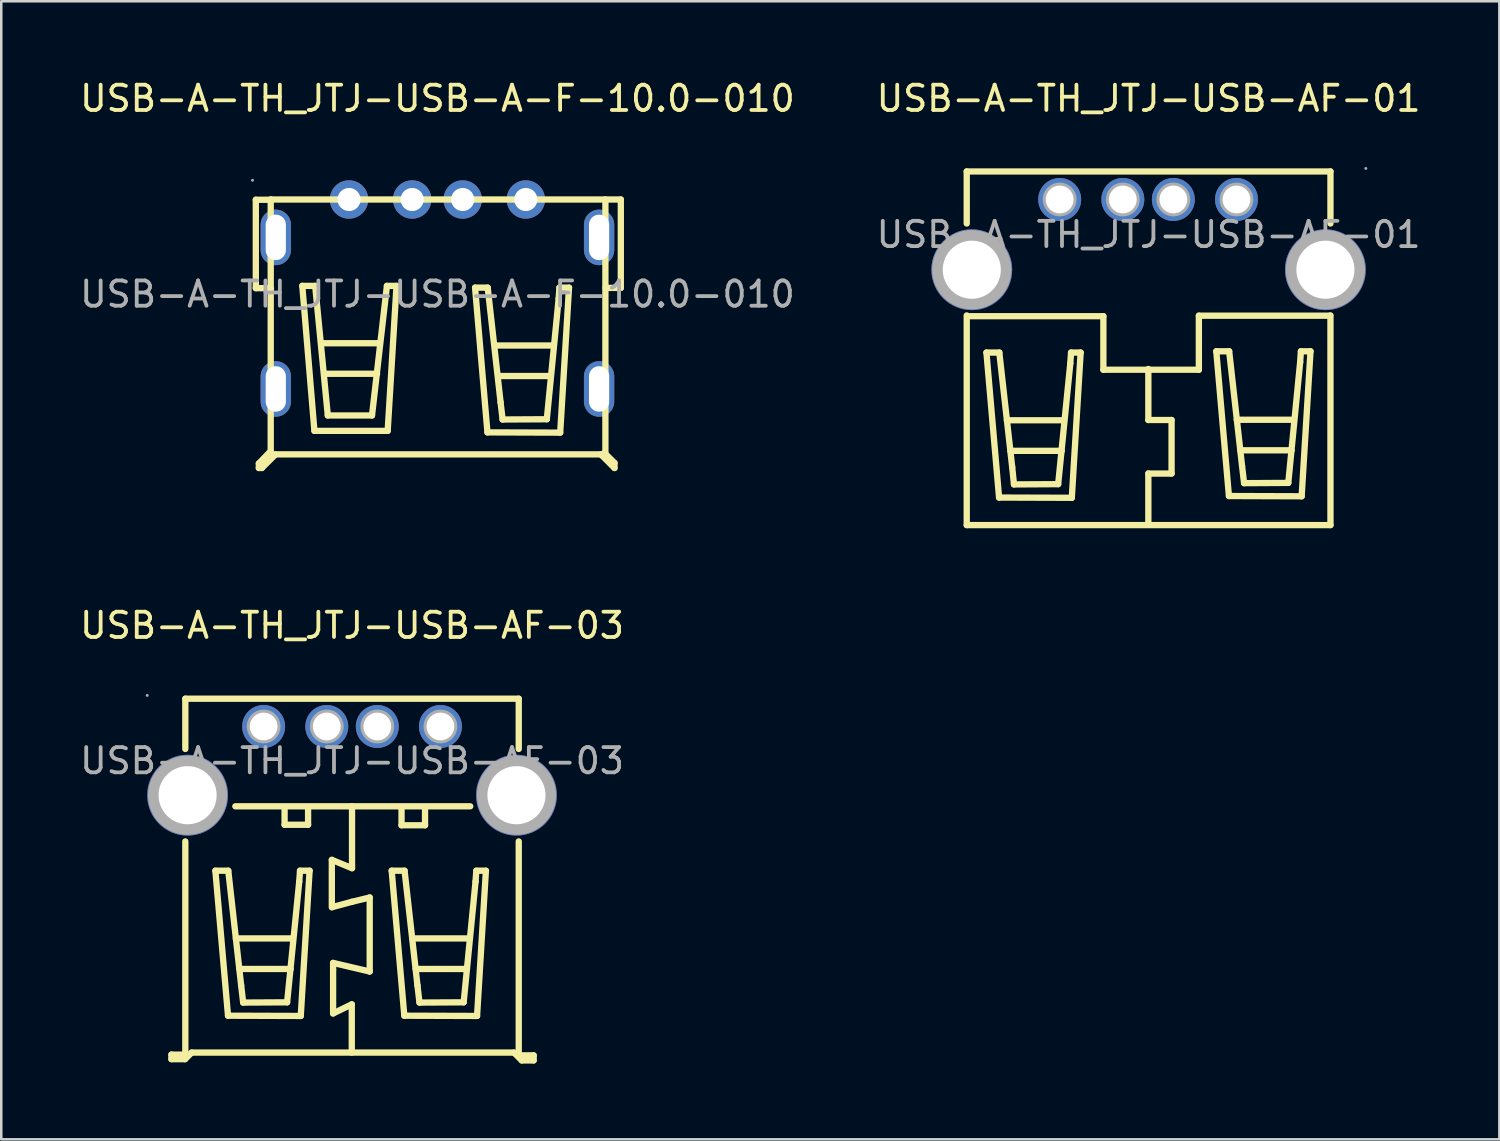
<source format=kicad_pcb>
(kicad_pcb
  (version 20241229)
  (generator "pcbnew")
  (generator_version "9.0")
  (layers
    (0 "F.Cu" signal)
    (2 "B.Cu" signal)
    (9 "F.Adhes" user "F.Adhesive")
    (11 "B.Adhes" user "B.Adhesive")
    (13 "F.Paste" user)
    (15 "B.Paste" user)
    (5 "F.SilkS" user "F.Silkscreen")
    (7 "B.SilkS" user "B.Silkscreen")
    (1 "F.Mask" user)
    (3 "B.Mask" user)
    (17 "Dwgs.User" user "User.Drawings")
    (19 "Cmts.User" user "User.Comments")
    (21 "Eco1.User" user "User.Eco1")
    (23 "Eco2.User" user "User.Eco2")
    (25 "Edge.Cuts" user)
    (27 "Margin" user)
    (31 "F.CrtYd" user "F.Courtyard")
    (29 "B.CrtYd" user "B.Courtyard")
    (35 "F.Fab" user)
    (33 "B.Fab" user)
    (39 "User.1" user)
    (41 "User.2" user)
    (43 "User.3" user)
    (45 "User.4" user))
  (footprint "USB-A-TH_JTJ-USB-AF-03"
    (layer "F.Cu")
    (at 10.887 27.072)
    (property "Reference" "USB-A-TH_JTJ-USB-AF-03" (at 0 -5.36 0) (layer "F.SilkS") (effects (font (size 1 1) (thickness 0.15))))
    (attr through_hole)
    (fp_line (start -7.15 11.63) (end -7.15 11.81) (stroke (width 0.25) (type solid)) (layer "F.SilkS"))
    (fp_line (start -7.15 11.81) (end -6.61 11.81) (stroke (width 0.25) (type solid)) (layer "F.SilkS"))
    (fp_line (start -6.63 11.63) (end -7.15 11.63) (stroke (width 0.25) (type solid)) (layer "F.SilkS"))
    (fp_line (start -6.61 11.81) (end -6.35 11.55) (stroke (width 0.25) (type solid)) (layer "F.SilkS"))
    (fp_line (start -6.6 -2.46) (end -6.6 -0.47) (stroke (width 0.25) (type solid)) (layer "F.SilkS"))
    (fp_line (start -6.6 -2.46) (end 6.6 -2.46) (stroke (width 0.25) (type solid)) (layer "F.SilkS"))
    (fp_line (start -6.6 3.19) (end -6.6 11.63) (stroke (width 0.25) (type solid)) (layer "F.SilkS"))
    (fp_line (start -6.35 11.55) (end 6.41 11.55) (stroke (width 0.25) (type solid)) (layer "F.SilkS"))
    (fp_line (start -5.41 4.35) (end -4.9 4.35) (stroke (width 0.25) (type solid)) (layer "F.SilkS"))
    (fp_line (start -4.91 10.09) (end -5.41 4.35) (stroke (width 0.25) (type solid)) (layer "F.SilkS"))
    (fp_line (start -4.9 4.35) (end -4.39 8.89) (stroke (width 0.25) (type solid)) (layer "F.SilkS"))
    (fp_line (start -4.62 1.8) (end 4.68 1.8) (stroke (width 0.25) (type solid)) (layer "F.SilkS"))
    (fp_line (start -4.6 7.03) (end -2.34 7.03) (stroke (width 0.25) (type solid)) (layer "F.SilkS"))
    (fp_line (start -4.46 8.24) (end -2.43 8.24) (stroke (width 0.25) (type solid)) (layer "F.SilkS"))
    (fp_line (start -4.39 8.89) (end -4.31 9.57) (stroke (width 0.25) (type solid)) (layer "F.SilkS"))
    (fp_line (start -4.31 9.57) (end -2.57 9.56) (stroke (width 0.25) (type solid)) (layer "F.SilkS"))
    (fp_line (start -2.67 1.85) (end -2.67 2.53) (stroke (width 0.25) (type solid)) (layer "F.SilkS"))
    (fp_line (start -2.67 2.53) (end -1.74 2.53) (stroke (width 0.25) (type solid)) (layer "F.SilkS"))
    (fp_line (start -2.57 9.56) (end -2.09 4.78) (stroke (width 0.25) (type solid)) (layer "F.SilkS"))
    (fp_line (start -2.09 4.78) (end -2.06 4.35) (stroke (width 0.25) (type solid)) (layer "F.SilkS"))
    (fp_line (start -2.06 4.35) (end -1.68 4.35) (stroke (width 0.25) (type solid)) (layer "F.SilkS"))
    (fp_line (start -2.03 10.1) (end -4.91 10.09) (stroke (width 0.25) (type solid)) (layer "F.SilkS"))
    (fp_line (start -1.74 2.53) (end -1.74 1.86) (stroke (width 0.25) (type solid)) (layer "F.SilkS"))
    (fp_line (start -1.68 4.35) (end -2.03 10.1) (stroke (width 0.25) (type solid)) (layer "F.SilkS"))
    (fp_line (start -0.8 3.92) (end 0 4.25) (stroke (width 0.25) (type solid)) (layer "F.SilkS"))
    (fp_line (start -0.8 5.8) (end -0.8 3.92) (stroke (width 0.25) (type solid)) (layer "F.SilkS"))
    (fp_line (start -0.78 5.79) (end 0 5.58) (stroke (width 0.25) (type solid)) (layer "F.SilkS"))
    (fp_line (start -0.75 8) (end -0.75 8.26) (stroke (width 0.25) (type solid)) (layer "F.SilkS"))
    (fp_line (start -0.75 8.28) (end -0.75 10) (stroke (width 0.25) (type solid)) (layer "F.SilkS"))
    (fp_line (start -0.75 10) (end -0.01 9.64) (stroke (width 0.25) (type solid)) (layer "F.SilkS"))
    (fp_line (start -0.01 9.64) (end -0.01 11.55) (stroke (width 0.25) (type solid)) (layer "F.SilkS"))
    (fp_line (start 0 4.25) (end 0 1.8) (stroke (width 0.25) (type solid)) (layer "F.SilkS"))
    (fp_line (start 0 5.58) (end 0.7 5.41) (stroke (width 0.25) (type solid)) (layer "F.SilkS"))
    (fp_line (start 0.7 5.41) (end 0.7 8.34) (stroke (width 0.25) (type solid)) (layer "F.SilkS"))
    (fp_line (start 0.7 8.34) (end -0.75 8) (stroke (width 0.25) (type solid)) (layer "F.SilkS"))
    (fp_line (start 1.57 4.35) (end 2.08 4.35) (stroke (width 0.25) (type solid)) (layer "F.SilkS"))
    (fp_line (start 1.96 1.87) (end 1.96 2.55) (stroke (width 0.25) (type solid)) (layer "F.SilkS"))
    (fp_line (start 1.96 2.55) (end 2.89 2.55) (stroke (width 0.25) (type solid)) (layer "F.SilkS"))
    (fp_line (start 2.07 10.09) (end 1.57 4.35) (stroke (width 0.25) (type solid)) (layer "F.SilkS"))
    (fp_line (start 2.08 4.35) (end 2.59 8.89) (stroke (width 0.25) (type solid)) (layer "F.SilkS"))
    (fp_line (start 2.38 7.03) (end 4.64 7.03) (stroke (width 0.25) (type solid)) (layer "F.SilkS"))
    (fp_line (start 2.52 8.24) (end 4.55 8.24) (stroke (width 0.25) (type solid)) (layer "F.SilkS"))
    (fp_line (start 2.59 8.89) (end 2.67 9.57) (stroke (width 0.25) (type solid)) (layer "F.SilkS"))
    (fp_line (start 2.67 9.57) (end 4.42 9.56) (stroke (width 0.25) (type solid)) (layer "F.SilkS"))
    (fp_line (start 2.89 2.55) (end 2.89 1.88) (stroke (width 0.25) (type solid)) (layer "F.SilkS"))
    (fp_line (start 4.42 9.56) (end 4.89 4.78) (stroke (width 0.25) (type solid)) (layer "F.SilkS"))
    (fp_line (start 4.89 4.78) (end 4.92 4.35) (stroke (width 0.25) (type solid)) (layer "F.SilkS"))
    (fp_line (start 4.92 4.35) (end 5.3 4.35) (stroke (width 0.25) (type solid)) (layer "F.SilkS"))
    (fp_line (start 4.95 10.1) (end 2.07 10.09) (stroke (width 0.25) (type solid)) (layer "F.SilkS"))
    (fp_line (start 5.3 4.35) (end 4.95 10.1) (stroke (width 0.25) (type solid)) (layer "F.SilkS"))
    (fp_line (start 6.41 11.55) (end 6.72 11.86) (stroke (width 0.25) (type solid)) (layer "F.SilkS"))
    (fp_line (start 6.6 -2.46) (end 6.6 -0.47) (stroke (width 0.25) (type solid)) (layer "F.SilkS"))
    (fp_line (start 6.6 3.19) (end 6.6 11.69) (stroke (width 0.25) (type solid)) (layer "F.SilkS"))
    (fp_line (start 6.72 11.86) (end 7.19 11.86) (stroke (width 0.25) (type solid)) (layer "F.SilkS"))
    (fp_line (start 7.19 11.66) (end 6.56 11.66) (stroke (width 0.25) (type solid)) (layer "F.SilkS"))
    (fp_line (start 7.19 11.86) (end 7.19 11.66) (stroke (width 0.25) (type solid)) (layer "F.SilkS"))
    (fp_circle (center -8.11 -2.59) (end -8.08 -2.59) (stroke (width 0.06) (type solid)) (fill no) (layer "F.Fab"))
    (fp_circle (center -6.51 1.36) (end -5.99 1.36) (stroke (width 1.05) (type solid)) (fill no) (layer "F.Fab"))
    (fp_circle (center -3.5 -1.36) (end -3.28 -1.36) (stroke (width 0.45) (type solid)) (fill no) (layer "F.Fab"))
    (fp_circle (center -1 -1.36) (end -0.78 -1.36) (stroke (width 0.45) (type solid)) (fill no) (layer "F.Fab"))
    (fp_circle (center 1 -1.36) (end 1.22 -1.36) (stroke (width 0.45) (type solid)) (fill no) (layer "F.Fab"))
    (fp_circle (center 3.5 -1.36) (end 3.72 -1.36) (stroke (width 0.45) (type solid)) (fill no) (layer "F.Fab"))
    (fp_circle (center 6.51 1.36) (end 7.03 1.36) (stroke (width 1.05) (type solid)) (fill no) (layer "F.Fab"))
    (fp_text user "${REFERENCE}" (at 0 0 0) (layer "F.Fab") (effects (font (size 1 1) (thickness 0.15))))
    (pad "1" thru_hole circle (at -3.5 -1.36 270) (size 1.7 1.7) (drill 1.1) (layers "*.Cu" "*.Paste" "*.Mask"))
    (pad "2" thru_hole circle (at -1 -1.36 270) (size 1.7 1.7) (drill 1.1) (layers "*.Cu" "*.Paste" "*.Mask"))
    (pad "3" thru_hole circle (at 1 -1.36 270) (size 1.7 1.7) (drill 1.1) (layers "*.Cu" "*.Paste" "*.Mask"))
    (pad "4" thru_hole circle (at 3.5 -1.36 270) (size 1.7 1.7) (drill 1.1) (layers "*.Cu" "*.Paste" "*.Mask"))
    (pad "5" thru_hole circle (at 6.51 1.36 90) (size 3.2 3.2) (drill 2.3) (layers "*.Cu" "*.Paste" "*.Mask"))
    (pad "6" thru_hole circle (at -6.51 1.36 90) (size 3.2 3.2) (drill 2.3) (layers "*.Cu" "*.Paste" "*.Mask")))
  (footprint "USB-A-TH_JTJ-USB-A-F-10.0-010"
    (layer "F.Cu")
    (at 14.268 8.598)
    (property "Reference" "USB-A-TH_JTJ-USB-A-F-10.0-010" (at 0 -7.75 0) (layer "F.SilkS") (effects (font (size 1 1) (thickness 0.15))))
    (attr through_hole)
    (fp_line (start -7.19 -0.24) (end -7.19 -3.74) (stroke (width 0.25) (type solid)) (layer "F.SilkS"))
    (fp_line (start -7.07 6.7) (end -7.07 6.88) (stroke (width 0.25) (type solid)) (layer "F.SilkS"))
    (fp_line (start -7.07 6.88) (end -6.95 6.88) (stroke (width 0.25) (type solid)) (layer "F.SilkS"))
    (fp_line (start -6.95 6.88) (end -6.41 6.34) (stroke (width 0.25) (type solid)) (layer "F.SilkS"))
    (fp_line (start -6.6 -3.75) (end -6.6 6.25) (stroke (width 0.25) (type solid)) (layer "F.SilkS"))
    (fp_line (start -6.6 -3.75) (end 6.6 -3.75) (stroke (width 0.25) (type solid)) (layer "F.SilkS"))
    (fp_line (start -6.6 6.21) (end -7.07 6.7) (stroke (width 0.25) (type solid)) (layer "F.SilkS"))
    (fp_line (start -6.59 -3.74) (end -7.19 -3.74) (stroke (width 0.25) (type solid)) (layer "F.SilkS"))
    (fp_line (start -6.59 -0.24) (end -7.19 -0.24) (stroke (width 0.25) (type solid)) (layer "F.SilkS"))
    (fp_line (start -6.41 6.34) (end 6.47 6.34) (stroke (width 0.25) (type solid)) (layer "F.SilkS"))
    (fp_line (start -5.35 -0.33) (end -4.84 -0.33) (stroke (width 0.25) (type solid)) (layer "F.SilkS"))
    (fp_line (start -4.87 5.41) (end -5.35 -0.33) (stroke (width 0.25) (type solid)) (layer "F.SilkS"))
    (fp_line (start -4.84 -0.33) (end -4.34 4.8) (stroke (width 0.25) (type solid)) (layer "F.SilkS"))
    (fp_line (start -4.56 1.94) (end -2.3 1.94) (stroke (width 0.25) (type solid)) (layer "F.SilkS"))
    (fp_line (start -4.42 3.15) (end -2.39 3.15) (stroke (width 0.25) (type solid)) (layer "F.SilkS"))
    (fp_line (start -4.34 4.8) (end -2.59 4.8) (stroke (width 0.25) (type solid)) (layer "F.SilkS"))
    (fp_line (start -2.59 4.8) (end -2 -0.33) (stroke (width 0.25) (type solid)) (layer "F.SilkS"))
    (fp_line (start -2 -0.33) (end -1.62 -0.33) (stroke (width 0.25) (type solid)) (layer "F.SilkS"))
    (fp_line (start -1.97 5.41) (end -4.87 5.41) (stroke (width 0.25) (type solid)) (layer "F.SilkS"))
    (fp_line (start -1.62 -0.33) (end -1.97 5.41) (stroke (width 0.25) (type solid)) (layer "F.SilkS"))
    (fp_line (start 1.49 -0.26) (end 1.99 -0.26) (stroke (width 0.25) (type solid)) (layer "F.SilkS"))
    (fp_line (start 1.98 5.47) (end 1.49 -0.26) (stroke (width 0.25) (type solid)) (layer "F.SilkS"))
    (fp_line (start 1.99 -0.26) (end 2.5 4.28) (stroke (width 0.25) (type solid)) (layer "F.SilkS"))
    (fp_line (start 2.32 2.03) (end 4.58 2.03) (stroke (width 0.25) (type solid)) (layer "F.SilkS"))
    (fp_line (start 2.46 3.24) (end 4.49 3.24) (stroke (width 0.25) (type solid)) (layer "F.SilkS"))
    (fp_line (start 2.5 4.28) (end 2.58 4.96) (stroke (width 0.25) (type solid)) (layer "F.SilkS"))
    (fp_line (start 2.58 4.96) (end 4.33 4.95) (stroke (width 0.25) (type solid)) (layer "F.SilkS"))
    (fp_line (start 4.33 4.95) (end 4.8 0.17) (stroke (width 0.25) (type solid)) (layer "F.SilkS"))
    (fp_line (start 4.8 0.17) (end 4.83 -0.26) (stroke (width 0.25) (type solid)) (layer "F.SilkS"))
    (fp_line (start 4.83 -0.26) (end 5.21 -0.26) (stroke (width 0.25) (type solid)) (layer "F.SilkS"))
    (fp_line (start 4.86 5.48) (end 1.98 5.47) (stroke (width 0.25) (type solid)) (layer "F.SilkS"))
    (fp_line (start 5.21 -0.26) (end 4.86 5.48) (stroke (width 0.25) (type solid)) (layer "F.SilkS"))
    (fp_line (start 6.47 6.34) (end 7.01 6.88) (stroke (width 0.25) (type solid)) (layer "F.SilkS"))
    (fp_line (start 6.65 -3.75) (end 6.65 6.25) (stroke (width 0.25) (type solid)) (layer "F.SilkS"))
    (fp_line (start 6.66 -3.75) (end 7.26 -3.75) (stroke (width 0.25) (type solid)) (layer "F.SilkS"))
    (fp_line (start 6.66 -0.25) (end 7.26 -0.25) (stroke (width 0.25) (type solid)) (layer "F.SilkS"))
    (fp_line (start 7.01 6.68) (end 6.61 6.28) (stroke (width 0.25) (type solid)) (layer "F.SilkS"))
    (fp_line (start 7.01 6.88) (end 7.01 6.68) (stroke (width 0.25) (type solid)) (layer "F.SilkS"))
    (fp_line (start 7.26 -3.75) (end 7.26 -0.25) (stroke (width 0.25) (type solid)) (layer "F.SilkS"))
    (fp_circle (center -7.32 -4.51) (end -7.29 -4.51) (stroke (width 0.06) (type solid)) (fill no) (layer "F.Fab"))
    (fp_circle (center -3.5 -3.75) (end -3.32 -3.75) (stroke (width 0.36) (type solid)) (fill no) (layer "F.Fab"))
    (fp_circle (center -1 -3.75) (end -0.82 -3.75) (stroke (width 0.36) (type solid)) (fill no) (layer "F.Fab"))
    (fp_circle (center 1 -3.75) (end 1.18 -3.75) (stroke (width 0.36) (type solid)) (fill no) (layer "F.Fab"))
    (fp_circle (center 3.5 -3.75) (end 3.68 -3.75) (stroke (width 0.36) (type solid)) (fill no) (layer "F.Fab"))
    (fp_text user "${REFERENCE}" (at 0 0 0) (layer "F.Fab") (effects (font (size 1 1) (thickness 0.15))))
    (pad "1" thru_hole circle (at -3.5 -3.75) (size 1.52 1.52) (drill 0.914) (layers "*.Cu" "*.Paste" "*.Mask"))
    (pad "2" thru_hole circle (at -1 -3.75) (size 1.52 1.52) (drill 0.914) (layers "*.Cu" "*.Paste" "*.Mask"))
    (pad "3" thru_hole circle (at 1 -3.75) (size 1.52 1.52) (drill 0.914) (layers "*.Cu" "*.Paste" "*.Mask"))
    (pad "4" thru_hole circle (at 3.5 -3.75) (size 1.52 1.52) (drill 0.914) (layers "*.Cu" "*.Paste" "*.Mask"))
    (pad "5" thru_hole oval (at 6.4 -2.25 90) (size 2.2 1.2) (drill oval 1.8 0.8) (layers "*.Cu" "*.Paste" "*.Mask"))
    (pad "6" thru_hole oval (at 6.4 3.75 90) (size 2.2 1.2) (drill oval 1.8 0.8) (layers "*.Cu" "*.Paste" "*.Mask"))
    (pad "7" thru_hole oval (at -6.4 3.75 90) (size 2.2 1.2) (drill oval 1.8 0.8) (layers "*.Cu" "*.Paste" "*.Mask"))
    (pad "8" thru_hole oval (at -6.4 -2.25 270) (size 2.2 1.2) (drill oval 1.8 0.8) (layers "*.Cu" "*.Paste" "*.Mask")))
  (footprint "USB-A-TH_JTJ-USB-AF-01"
    (layer "F.Cu")
    (at 42.423 6.238)
    (property "Reference" "USB-A-TH_JTJ-USB-AF-01" (at 0 -5.39 0) (layer "F.SilkS") (effects (font (size 1 1) (thickness 0.15))))
    (attr through_hole)
    (fp_line (start -7.2 -2.5) (end -7.2 -0.44) (stroke (width 0.25) (type solid)) (layer "F.SilkS"))
    (fp_line (start -7.2 -2.5) (end 7.2 -2.5) (stroke (width 0.25) (type solid)) (layer "F.SilkS"))
    (fp_line (start -7.2 3.2) (end -7.2 11.5) (stroke (width 0.25) (type solid)) (layer "F.SilkS"))
    (fp_line (start -7.2 11.5) (end 7.2 11.5) (stroke (width 0.25) (type solid)) (layer "F.SilkS"))
    (fp_line (start -6.42 4.67) (end -5.91 4.67) (stroke (width 0.25) (type solid)) (layer "F.SilkS"))
    (fp_line (start -5.92 10.41) (end -6.42 4.67) (stroke (width 0.25) (type solid)) (layer "F.SilkS"))
    (fp_line (start -5.91 4.67) (end -5.4 9.21) (stroke (width 0.25) (type solid)) (layer "F.SilkS"))
    (fp_line (start -5.61 7.35) (end -3.35 7.35) (stroke (width 0.25) (type solid)) (layer "F.SilkS"))
    (fp_line (start -5.47 8.56) (end -3.44 8.56) (stroke (width 0.25) (type solid)) (layer "F.SilkS"))
    (fp_line (start -5.4 9.21) (end -5.33 9.89) (stroke (width 0.25) (type solid)) (layer "F.SilkS"))
    (fp_line (start -5.33 9.89) (end -3.58 9.88) (stroke (width 0.25) (type solid)) (layer "F.SilkS"))
    (fp_line (start -3.58 9.88) (end -3.1 5.1) (stroke (width 0.25) (type solid)) (layer "F.SilkS"))
    (fp_line (start -3.1 5.1) (end -3.07 4.67) (stroke (width 0.25) (type solid)) (layer "F.SilkS"))
    (fp_line (start -3.07 4.67) (end -2.69 4.67) (stroke (width 0.25) (type solid)) (layer "F.SilkS"))
    (fp_line (start -3.04 10.42) (end -5.92 10.41) (stroke (width 0.25) (type solid)) (layer "F.SilkS"))
    (fp_line (start -2.69 4.67) (end -3.04 10.42) (stroke (width 0.25) (type solid)) (layer "F.SilkS"))
    (fp_line (start -1.79 3.23) (end -7.19 3.23) (stroke (width 0.25) (type solid)) (layer "F.SilkS"))
    (fp_line (start -1.79 5.35) (end -1.79 3.23) (stroke (width 0.25) (type solid)) (layer "F.SilkS"))
    (fp_line (start -0.01 5.32) (end -0.01 7.34) (stroke (width 0.25) (type solid)) (layer "F.SilkS"))
    (fp_line (start -0.01 7.34) (end 0.91 7.34) (stroke (width 0.25) (type solid)) (layer "F.SilkS"))
    (fp_line (start -0.01 9.46) (end -0.01 11.49) (stroke (width 0.25) (type solid)) (layer "F.SilkS"))
    (fp_line (start 0.91 7.34) (end 0.91 9.46) (stroke (width 0.25) (type solid)) (layer "F.SilkS"))
    (fp_line (start 0.91 9.46) (end -0.01 9.46) (stroke (width 0.25) (type solid)) (layer "F.SilkS"))
    (fp_line (start 1.99 3.21) (end 1.99 5.35) (stroke (width 0.25) (type solid)) (layer "F.SilkS"))
    (fp_line (start 1.99 5.35) (end -1.79 5.35) (stroke (width 0.25) (type solid)) (layer "F.SilkS"))
    (fp_line (start 2.68 4.62) (end 3.19 4.62) (stroke (width 0.25) (type solid)) (layer "F.SilkS"))
    (fp_line (start 3.18 10.35) (end 2.68 4.62) (stroke (width 0.25) (type solid)) (layer "F.SilkS"))
    (fp_line (start 3.19 4.62) (end 3.7 9.16) (stroke (width 0.25) (type solid)) (layer "F.SilkS"))
    (fp_line (start 3.49 7.33) (end 5.75 7.33) (stroke (width 0.25) (type solid)) (layer "F.SilkS"))
    (fp_line (start 3.63 8.54) (end 5.66 8.54) (stroke (width 0.25) (type solid)) (layer "F.SilkS"))
    (fp_line (start 3.7 9.16) (end 3.78 9.84) (stroke (width 0.25) (type solid)) (layer "F.SilkS"))
    (fp_line (start 3.78 9.84) (end 5.53 9.83) (stroke (width 0.25) (type solid)) (layer "F.SilkS"))
    (fp_line (start 5.53 9.83) (end 6 5.05) (stroke (width 0.25) (type solid)) (layer "F.SilkS"))
    (fp_line (start 6 5.05) (end 6.03 4.62) (stroke (width 0.25) (type solid)) (layer "F.SilkS"))
    (fp_line (start 6.03 4.62) (end 6.41 4.62) (stroke (width 0.25) (type solid)) (layer "F.SilkS"))
    (fp_line (start 6.06 10.36) (end 3.18 10.35) (stroke (width 0.25) (type solid)) (layer "F.SilkS"))
    (fp_line (start 6.41 4.62) (end 6.06 10.36) (stroke (width 0.25) (type solid)) (layer "F.SilkS"))
    (fp_line (start 7.19 3.21) (end 1.99 3.21) (stroke (width 0.25) (type solid)) (layer "F.SilkS"))
    (fp_line (start 7.2 -2.5) (end 7.2 -0.44) (stroke (width 0.25) (type solid)) (layer "F.SilkS"))
    (fp_line (start 7.2 3.2) (end 7.2 11.5) (stroke (width 0.25) (type solid)) (layer "F.SilkS"))
    (fp_circle (center -7 1.39) (end -6.48 1.39) (stroke (width 1.05) (type solid)) (fill no) (layer "F.Fab"))
    (fp_circle (center -3.52 -1.39) (end -3.3 -1.39) (stroke (width 0.45) (type solid)) (fill no) (layer "F.Fab"))
    (fp_circle (center -1.02 -1.39) (end -0.8 -1.39) (stroke (width 0.45) (type solid)) (fill no) (layer "F.Fab"))
    (fp_circle (center 0.98 -1.39) (end 1.2 -1.39) (stroke (width 0.45) (type solid)) (fill no) (layer "F.Fab"))
    (fp_circle (center 3.48 -1.39) (end 3.7 -1.39) (stroke (width 0.45) (type solid)) (fill no) (layer "F.Fab"))
    (fp_circle (center 7 1.39) (end 7.52 1.39) (stroke (width 1.05) (type solid)) (fill no) (layer "F.Fab"))
    (fp_circle (center 8.6 -2.62) (end 8.63 -2.62) (stroke (width 0.06) (type solid)) (fill no) (layer "F.Fab"))
    (fp_text user "${REFERENCE}" (at 0 0 0) (layer "F.Fab") (effects (font (size 1 1) (thickness 0.15))))
    (pad "1" thru_hole circle (at 3.48 -1.39 270) (size 1.7 1.7) (drill 1.1) (layers "*.Cu" "*.Paste" "*.Mask"))
    (pad "2" thru_hole circle (at 0.98 -1.39 270) (size 1.7 1.7) (drill 1.1) (layers "*.Cu" "*.Paste" "*.Mask"))
    (pad "3" thru_hole circle (at -1.02 -1.39 270) (size 1.7 1.7) (drill 1.1) (layers "*.Cu" "*.Paste" "*.Mask"))
    (pad "4" thru_hole circle (at -3.52 -1.39 270) (size 1.7 1.7) (drill 1.1) (layers "*.Cu" "*.Paste" "*.Mask"))
    (pad "5" thru_hole circle (at -7 1.39 90) (size 3.2 3.2) (drill 2.3) (layers "*.Cu" "*.Paste" "*.Mask"))
    (pad "6" thru_hole circle (at 7 1.39 90) (size 3.2 3.2) (drill 2.3) (layers "*.Cu" "*.Paste" "*.Mask")))
  (gr_rect
    (start -3 -3)
    (end 56.31 42.056)
    (stroke (width 0.1) (type default))
    (fill no)
    (layer "Edge.Cuts")))
</source>
